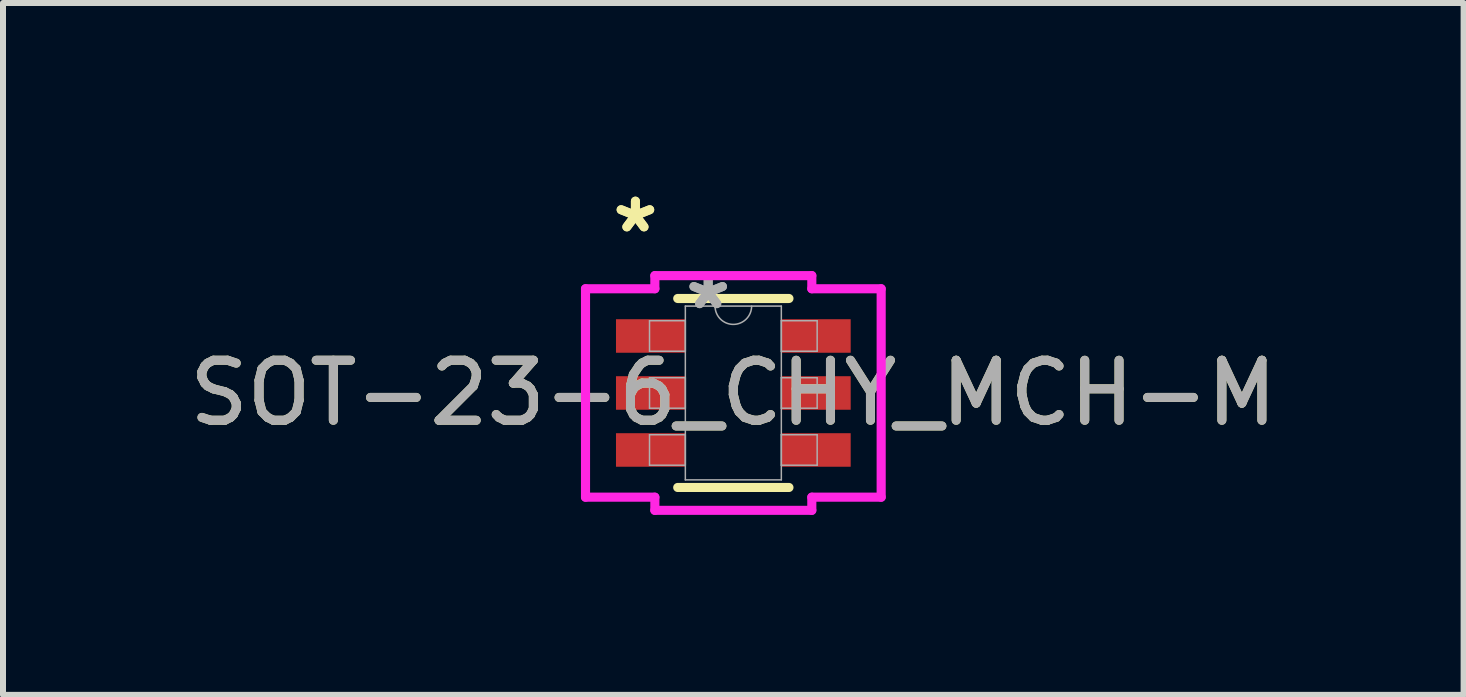
<source format=kicad_pcb>
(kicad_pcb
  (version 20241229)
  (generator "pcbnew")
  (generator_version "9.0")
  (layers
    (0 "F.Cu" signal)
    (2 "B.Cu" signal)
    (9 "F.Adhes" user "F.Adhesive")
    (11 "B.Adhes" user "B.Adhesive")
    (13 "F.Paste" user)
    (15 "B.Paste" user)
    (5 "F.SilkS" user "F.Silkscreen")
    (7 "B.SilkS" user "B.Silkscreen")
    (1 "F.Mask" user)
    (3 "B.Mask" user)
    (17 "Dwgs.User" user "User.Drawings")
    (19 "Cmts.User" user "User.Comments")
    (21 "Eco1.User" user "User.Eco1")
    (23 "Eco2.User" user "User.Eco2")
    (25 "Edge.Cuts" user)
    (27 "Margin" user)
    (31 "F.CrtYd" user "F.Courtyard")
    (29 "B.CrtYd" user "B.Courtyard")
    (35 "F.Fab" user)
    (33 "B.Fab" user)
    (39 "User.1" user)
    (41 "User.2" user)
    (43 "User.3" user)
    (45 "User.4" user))
  (footprint "SOT-23-6_CHY_MCH-M"
    (layer "F.Cu")
    (at 9.173 3.5)
    (property "Reference" "SOT-23-6_CHY_MCH-M" (at 0 0 0) (unlocked yes) (layer "F.SilkS") (effects (font (size 1 1) (thickness 0.15))))
    (attr smd)
    (fp_line (start -0.927 1.575) (end 0.927 1.575) (stroke (width 0.152) (type solid)) (layer "F.SilkS"))
    (fp_line (start 0.927 -1.575) (end -0.927 -1.575) (stroke (width 0.152) (type solid)) (layer "F.SilkS"))
    (fp_line (start -2.464 -1.737) (end -1.308 -1.737) (stroke (width 0.152) (type solid)) (layer "F.CrtYd"))
    (fp_line (start -2.464 1.737) (end -2.464 -1.737) (stroke (width 0.152) (type solid)) (layer "F.CrtYd"))
    (fp_line (start -2.464 1.737) (end -1.308 1.737) (stroke (width 0.152) (type solid)) (layer "F.CrtYd"))
    (fp_line (start -1.308 -1.956) (end 1.308 -1.956) (stroke (width 0.152) (type solid)) (layer "F.CrtYd"))
    (fp_line (start -1.308 -1.737) (end -1.308 -1.956) (stroke (width 0.152) (type solid)) (layer "F.CrtYd"))
    (fp_line (start -1.308 1.956) (end -1.308 1.737) (stroke (width 0.152) (type solid)) (layer "F.CrtYd"))
    (fp_line (start 1.308 -1.956) (end 1.308 -1.737) (stroke (width 0.152) (type solid)) (layer "F.CrtYd"))
    (fp_line (start 1.308 1.737) (end 1.308 1.956) (stroke (width 0.152) (type solid)) (layer "F.CrtYd"))
    (fp_line (start 1.308 1.956) (end -1.308 1.956) (stroke (width 0.152) (type solid)) (layer "F.CrtYd"))
    (fp_line (start 2.464 -1.737) (end 1.308 -1.737) (stroke (width 0.152) (type solid)) (layer "F.CrtYd"))
    (fp_line (start 2.464 -1.737) (end 2.464 1.737) (stroke (width 0.152) (type solid)) (layer "F.CrtYd"))
    (fp_line (start 2.464 1.737) (end 1.308 1.737) (stroke (width 0.152) (type solid)) (layer "F.CrtYd"))
    (fp_line (start -1.397 -1.204) (end -1.397 -0.696) (stroke (width 0.025) (type solid)) (layer "F.Fab"))
    (fp_line (start -1.397 -0.696) (end -0.8 -0.696) (stroke (width 0.025) (type solid)) (layer "F.Fab"))
    (fp_line (start -1.397 -0.254) (end -1.397 0.254) (stroke (width 0.025) (type solid)) (layer "F.Fab"))
    (fp_line (start -1.397 0.254) (end -0.8 0.254) (stroke (width 0.025) (type solid)) (layer "F.Fab"))
    (fp_line (start -1.397 0.696) (end -1.397 1.204) (stroke (width 0.025) (type solid)) (layer "F.Fab"))
    (fp_line (start -1.397 1.204) (end -0.8 1.204) (stroke (width 0.025) (type solid)) (layer "F.Fab"))
    (fp_line (start -0.8 -1.448) (end -0.8 1.448) (stroke (width 0.025) (type solid)) (layer "F.Fab"))
    (fp_line (start -0.8 -1.204) (end -1.397 -1.204) (stroke (width 0.025) (type solid)) (layer "F.Fab"))
    (fp_line (start -0.8 -0.696) (end -0.8 -1.204) (stroke (width 0.025) (type solid)) (layer "F.Fab"))
    (fp_line (start -0.8 -0.254) (end -1.397 -0.254) (stroke (width 0.025) (type solid)) (layer "F.Fab"))
    (fp_line (start -0.8 0.254) (end -0.8 -0.254) (stroke (width 0.025) (type solid)) (layer "F.Fab"))
    (fp_line (start -0.8 0.696) (end -1.397 0.696) (stroke (width 0.025) (type solid)) (layer "F.Fab"))
    (fp_line (start -0.8 1.204) (end -0.8 0.696) (stroke (width 0.025) (type solid)) (layer "F.Fab"))
    (fp_line (start -0.8 1.448) (end 0.8 1.448) (stroke (width 0.025) (type solid)) (layer "F.Fab"))
    (fp_line (start 0.8 -1.448) (end -0.8 -1.448) (stroke (width 0.025) (type solid)) (layer "F.Fab"))
    (fp_line (start 0.8 -1.204) (end 0.8 -0.696) (stroke (width 0.025) (type solid)) (layer "F.Fab"))
    (fp_line (start 0.8 -0.696) (end 1.397 -0.696) (stroke (width 0.025) (type solid)) (layer "F.Fab"))
    (fp_line (start 0.8 -0.254) (end 0.8 0.254) (stroke (width 0.025) (type solid)) (layer "F.Fab"))
    (fp_line (start 0.8 0.254) (end 1.397 0.254) (stroke (width 0.025) (type solid)) (layer "F.Fab"))
    (fp_line (start 0.8 0.696) (end 0.8 1.204) (stroke (width 0.025) (type solid)) (layer "F.Fab"))
    (fp_line (start 0.8 1.204) (end 1.397 1.204) (stroke (width 0.025) (type solid)) (layer "F.Fab"))
    (fp_line (start 0.8 1.448) (end 0.8 -1.448) (stroke (width 0.025) (type solid)) (layer "F.Fab"))
    (fp_line (start 1.397 -1.204) (end 0.8 -1.204) (stroke (width 0.025) (type solid)) (layer "F.Fab"))
    (fp_line (start 1.397 -0.696) (end 1.397 -1.204) (stroke (width 0.025) (type solid)) (layer "F.Fab"))
    (fp_line (start 1.397 -0.254) (end 0.8 -0.254) (stroke (width 0.025) (type solid)) (layer "F.Fab"))
    (fp_line (start 1.397 0.254) (end 1.397 -0.254) (stroke (width 0.025) (type solid)) (layer "F.Fab"))
    (fp_line (start 1.397 0.696) (end 0.8 0.696) (stroke (width 0.025) (type solid)) (layer "F.Fab"))
    (fp_line (start 1.397 1.204) (end 1.397 0.696) (stroke (width 0.025) (type solid)) (layer "F.Fab"))
    (fp_arc (start 0.3048 -1.4478) (mid 0 -1.143) (end -0.3048 -1.4478) (stroke (width 0.0254) (type solid)) (layer "F.Fab"))
    (fp_text user "*" (at -1.632 -2.652 0) (unlocked yes) (layer "F.SilkS") (effects (font (size 1 1) (thickness 0.15))))
    (fp_text user "*" (at -1.632 -2.652 0) (layer "F.SilkS") (effects (font (size 1 1) (thickness 0.15))))
    (fp_text user "*" (at -0.419 -1.372 0) (layer "F.Fab") (effects (font (size 1 1) (thickness 0.15))))
    (fp_text user "*" (at -0.419 -1.372 0) (unlocked yes) (layer "F.Fab") (effects (font (size 1 1) (thickness 0.15))))
    (fp_text user "${REFERENCE}" (at 0 0 0) (unlocked yes) (layer "F.Fab") (effects (font (size 1 1) (thickness 0.15))))
    (pad "1" smd rect (at -1.378 -0.95) (size 1.156 0.559) (layers "F.Cu" "F.Mask" "F.Paste"))
    (pad "2" smd rect (at -1.378 0) (size 1.156 0.559) (layers "F.Cu" "F.Mask" "F.Paste"))
    (pad "3" smd rect (at -1.378 0.95) (size 1.156 0.559) (layers "F.Cu" "F.Mask" "F.Paste"))
    (pad "4" smd rect (at 1.378 0.95) (size 1.156 0.559) (layers "F.Cu" "F.Mask" "F.Paste"))
    (pad "5" smd rect (at 1.378 0) (size 1.156 0.559) (layers "F.Cu" "F.Mask" "F.Paste"))
    (pad "6" smd rect (at 1.378 -0.95) (size 1.156 0.559) (layers "F.Cu" "F.Mask" "F.Paste")))
  (gr_rect
    (start -3 -3)
    (end 21.345 8.532)
    (stroke (width 0.1) (type default))
    (fill no)
    (layer "Edge.Cuts")))
</source>
